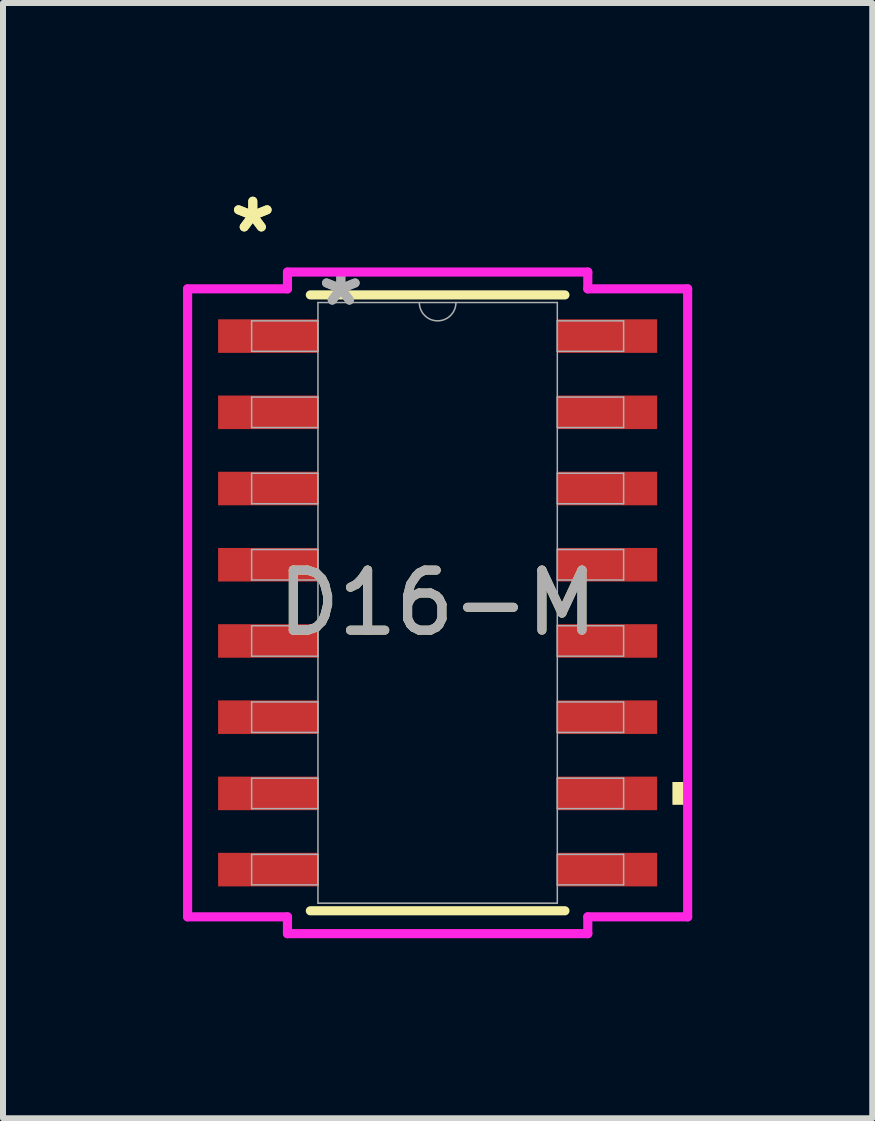
<source format=kicad_pcb>
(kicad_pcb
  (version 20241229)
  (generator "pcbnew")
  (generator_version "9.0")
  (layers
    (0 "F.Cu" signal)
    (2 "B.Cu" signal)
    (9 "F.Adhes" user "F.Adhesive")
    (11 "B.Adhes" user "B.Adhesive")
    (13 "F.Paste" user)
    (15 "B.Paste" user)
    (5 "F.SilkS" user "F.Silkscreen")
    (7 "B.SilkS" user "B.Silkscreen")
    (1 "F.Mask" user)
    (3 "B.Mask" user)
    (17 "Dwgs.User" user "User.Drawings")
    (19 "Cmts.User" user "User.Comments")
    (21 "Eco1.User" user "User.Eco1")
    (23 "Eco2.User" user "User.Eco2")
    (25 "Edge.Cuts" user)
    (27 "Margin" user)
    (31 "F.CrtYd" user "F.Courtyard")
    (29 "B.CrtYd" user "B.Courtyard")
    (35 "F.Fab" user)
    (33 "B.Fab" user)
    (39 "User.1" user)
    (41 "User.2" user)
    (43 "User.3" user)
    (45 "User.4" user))
  (footprint "D16-M"
    (layer "F.Cu")
    (at 4.242 6.995)
    (property "Reference" "D16-M" (at 0 0 0) (unlocked yes) (layer "F.SilkS") (effects (font (size 1 1) (thickness 0.15))))
    (attr smd)
    (fp_line (start -2.121 5.131) (end 2.121 5.131) (stroke (width 0.152) (type solid)) (layer "F.SilkS"))
    (fp_line (start 2.121 -5.131) (end -2.121 -5.131) (stroke (width 0.152) (type solid)) (layer "F.SilkS"))
    (fp_poly (pts (xy 4.166 2.985) (xy 4.166 3.365) (xy 3.912 3.365) (xy 3.912 2.985)) (stroke (width 0) (type solid)) (fill yes) (layer "F.SilkS"))
    (fp_line (start -4.166 -5.232) (end -2.502 -5.232) (stroke (width 0.152) (type solid)) (layer "F.CrtYd"))
    (fp_line (start -4.166 5.232) (end -4.166 -5.232) (stroke (width 0.152) (type solid)) (layer "F.CrtYd"))
    (fp_line (start -4.166 5.232) (end -2.502 5.232) (stroke (width 0.152) (type solid)) (layer "F.CrtYd"))
    (fp_line (start -2.502 -5.512) (end 2.502 -5.512) (stroke (width 0.152) (type solid)) (layer "F.CrtYd"))
    (fp_line (start -2.502 -5.232) (end -2.502 -5.512) (stroke (width 0.152) (type solid)) (layer "F.CrtYd"))
    (fp_line (start -2.502 5.512) (end -2.502 5.232) (stroke (width 0.152) (type solid)) (layer "F.CrtYd"))
    (fp_line (start 2.502 -5.512) (end 2.502 -5.232) (stroke (width 0.152) (type solid)) (layer "F.CrtYd"))
    (fp_line (start 2.502 5.232) (end 2.502 5.512) (stroke (width 0.152) (type solid)) (layer "F.CrtYd"))
    (fp_line (start 2.502 5.512) (end -2.502 5.512) (stroke (width 0.152) (type solid)) (layer "F.CrtYd"))
    (fp_line (start 4.166 -5.232) (end 2.502 -5.232) (stroke (width 0.152) (type solid)) (layer "F.CrtYd"))
    (fp_line (start 4.166 -5.232) (end 4.166 5.232) (stroke (width 0.152) (type solid)) (layer "F.CrtYd"))
    (fp_line (start 4.166 5.232) (end 2.502 5.232) (stroke (width 0.152) (type solid)) (layer "F.CrtYd"))
    (fp_line (start -3.099 -4.699) (end -3.099 -4.191) (stroke (width 0.025) (type solid)) (layer "F.Fab"))
    (fp_line (start -3.099 -4.191) (end -1.994 -4.191) (stroke (width 0.025) (type solid)) (layer "F.Fab"))
    (fp_line (start -3.099 -3.429) (end -3.099 -2.921) (stroke (width 0.025) (type solid)) (layer "F.Fab"))
    (fp_line (start -3.099 -2.921) (end -1.994 -2.921) (stroke (width 0.025) (type solid)) (layer "F.Fab"))
    (fp_line (start -3.099 -2.159) (end -3.099 -1.651) (stroke (width 0.025) (type solid)) (layer "F.Fab"))
    (fp_line (start -3.099 -1.651) (end -1.994 -1.651) (stroke (width 0.025) (type solid)) (layer "F.Fab"))
    (fp_line (start -3.099 -0.889) (end -3.099 -0.381) (stroke (width 0.025) (type solid)) (layer "F.Fab"))
    (fp_line (start -3.099 -0.381) (end -1.994 -0.381) (stroke (width 0.025) (type solid)) (layer "F.Fab"))
    (fp_line (start -3.099 0.381) (end -3.099 0.889) (stroke (width 0.025) (type solid)) (layer "F.Fab"))
    (fp_line (start -3.099 0.889) (end -1.994 0.889) (stroke (width 0.025) (type solid)) (layer "F.Fab"))
    (fp_line (start -3.099 1.651) (end -3.099 2.159) (stroke (width 0.025) (type solid)) (layer "F.Fab"))
    (fp_line (start -3.099 2.159) (end -1.994 2.159) (stroke (width 0.025) (type solid)) (layer "F.Fab"))
    (fp_line (start -3.099 2.921) (end -3.099 3.429) (stroke (width 0.025) (type solid)) (layer "F.Fab"))
    (fp_line (start -3.099 3.429) (end -1.994 3.429) (stroke (width 0.025) (type solid)) (layer "F.Fab"))
    (fp_line (start -3.099 4.191) (end -3.099 4.699) (stroke (width 0.025) (type solid)) (layer "F.Fab"))
    (fp_line (start -3.099 4.699) (end -1.994 4.699) (stroke (width 0.025) (type solid)) (layer "F.Fab"))
    (fp_line (start -1.994 -5.004) (end -1.994 5.004) (stroke (width 0.025) (type solid)) (layer "F.Fab"))
    (fp_line (start -1.994 -4.699) (end -3.099 -4.699) (stroke (width 0.025) (type solid)) (layer "F.Fab"))
    (fp_line (start -1.994 -4.191) (end -1.994 -4.699) (stroke (width 0.025) (type solid)) (layer "F.Fab"))
    (fp_line (start -1.994 -3.429) (end -3.099 -3.429) (stroke (width 0.025) (type solid)) (layer "F.Fab"))
    (fp_line (start -1.994 -2.921) (end -1.994 -3.429) (stroke (width 0.025) (type solid)) (layer "F.Fab"))
    (fp_line (start -1.994 -2.159) (end -3.099 -2.159) (stroke (width 0.025) (type solid)) (layer "F.Fab"))
    (fp_line (start -1.994 -1.651) (end -1.994 -2.159) (stroke (width 0.025) (type solid)) (layer "F.Fab"))
    (fp_line (start -1.994 -0.889) (end -3.099 -0.889) (stroke (width 0.025) (type solid)) (layer "F.Fab"))
    (fp_line (start -1.994 -0.381) (end -1.994 -0.889) (stroke (width 0.025) (type solid)) (layer "F.Fab"))
    (fp_line (start -1.994 0.381) (end -3.099 0.381) (stroke (width 0.025) (type solid)) (layer "F.Fab"))
    (fp_line (start -1.994 0.889) (end -1.994 0.381) (stroke (width 0.025) (type solid)) (layer "F.Fab"))
    (fp_line (start -1.994 1.651) (end -3.099 1.651) (stroke (width 0.025) (type solid)) (layer "F.Fab"))
    (fp_line (start -1.994 2.159) (end -1.994 1.651) (stroke (width 0.025) (type solid)) (layer "F.Fab"))
    (fp_line (start -1.994 2.921) (end -3.099 2.921) (stroke (width 0.025) (type solid)) (layer "F.Fab"))
    (fp_line (start -1.994 3.429) (end -1.994 2.921) (stroke (width 0.025) (type solid)) (layer "F.Fab"))
    (fp_line (start -1.994 4.191) (end -3.099 4.191) (stroke (width 0.025) (type solid)) (layer "F.Fab"))
    (fp_line (start -1.994 4.699) (end -1.994 4.191) (stroke (width 0.025) (type solid)) (layer "F.Fab"))
    (fp_line (start -1.994 5.004) (end 1.994 5.004) (stroke (width 0.025) (type solid)) (layer "F.Fab"))
    (fp_line (start 1.994 -5.004) (end -1.994 -5.004) (stroke (width 0.025) (type solid)) (layer "F.Fab"))
    (fp_line (start 1.994 -4.699) (end 1.994 -4.191) (stroke (width 0.025) (type solid)) (layer "F.Fab"))
    (fp_line (start 1.994 -4.191) (end 3.099 -4.191) (stroke (width 0.025) (type solid)) (layer "F.Fab"))
    (fp_line (start 1.994 -3.429) (end 1.994 -2.921) (stroke (width 0.025) (type solid)) (layer "F.Fab"))
    (fp_line (start 1.994 -2.921) (end 3.099 -2.921) (stroke (width 0.025) (type solid)) (layer "F.Fab"))
    (fp_line (start 1.994 -2.159) (end 1.994 -1.651) (stroke (width 0.025) (type solid)) (layer "F.Fab"))
    (fp_line (start 1.994 -1.651) (end 3.099 -1.651) (stroke (width 0.025) (type solid)) (layer "F.Fab"))
    (fp_line (start 1.994 -0.889) (end 1.994 -0.381) (stroke (width 0.025) (type solid)) (layer "F.Fab"))
    (fp_line (start 1.994 -0.381) (end 3.099 -0.381) (stroke (width 0.025) (type solid)) (layer "F.Fab"))
    (fp_line (start 1.994 0.381) (end 1.994 0.889) (stroke (width 0.025) (type solid)) (layer "F.Fab"))
    (fp_line (start 1.994 0.889) (end 3.099 0.889) (stroke (width 0.025) (type solid)) (layer "F.Fab"))
    (fp_line (start 1.994 1.651) (end 1.994 2.159) (stroke (width 0.025) (type solid)) (layer "F.Fab"))
    (fp_line (start 1.994 2.159) (end 3.099 2.159) (stroke (width 0.025) (type solid)) (layer "F.Fab"))
    (fp_line (start 1.994 2.921) (end 1.994 3.429) (stroke (width 0.025) (type solid)) (layer "F.Fab"))
    (fp_line (start 1.994 3.429) (end 3.099 3.429) (stroke (width 0.025) (type solid)) (layer "F.Fab"))
    (fp_line (start 1.994 4.191) (end 1.994 4.699) (stroke (width 0.025) (type solid)) (layer "F.Fab"))
    (fp_line (start 1.994 4.699) (end 3.099 4.699) (stroke (width 0.025) (type solid)) (layer "F.Fab"))
    (fp_line (start 1.994 5.004) (end 1.994 -5.004) (stroke (width 0.025) (type solid)) (layer "F.Fab"))
    (fp_line (start 3.099 -4.699) (end 1.994 -4.699) (stroke (width 0.025) (type solid)) (layer "F.Fab"))
    (fp_line (start 3.099 -4.191) (end 3.099 -4.699) (stroke (width 0.025) (type solid)) (layer "F.Fab"))
    (fp_line (start 3.099 -3.429) (end 1.994 -3.429) (stroke (width 0.025) (type solid)) (layer "F.Fab"))
    (fp_line (start 3.099 -2.921) (end 3.099 -3.429) (stroke (width 0.025) (type solid)) (layer "F.Fab"))
    (fp_line (start 3.099 -2.159) (end 1.994 -2.159) (stroke (width 0.025) (type solid)) (layer "F.Fab"))
    (fp_line (start 3.099 -1.651) (end 3.099 -2.159) (stroke (width 0.025) (type solid)) (layer "F.Fab"))
    (fp_line (start 3.099 -0.889) (end 1.994 -0.889) (stroke (width 0.025) (type solid)) (layer "F.Fab"))
    (fp_line (start 3.099 -0.381) (end 3.099 -0.889) (stroke (width 0.025) (type solid)) (layer "F.Fab"))
    (fp_line (start 3.099 0.381) (end 1.994 0.381) (stroke (width 0.025) (type solid)) (layer "F.Fab"))
    (fp_line (start 3.099 0.889) (end 3.099 0.381) (stroke (width 0.025) (type solid)) (layer "F.Fab"))
    (fp_line (start 3.099 1.651) (end 1.994 1.651) (stroke (width 0.025) (type solid)) (layer "F.Fab"))
    (fp_line (start 3.099 2.159) (end 3.099 1.651) (stroke (width 0.025) (type solid)) (layer "F.Fab"))
    (fp_line (start 3.099 2.921) (end 1.994 2.921) (stroke (width 0.025) (type solid)) (layer "F.Fab"))
    (fp_line (start 3.099 3.429) (end 3.099 2.921) (stroke (width 0.025) (type solid)) (layer "F.Fab"))
    (fp_line (start 3.099 4.191) (end 1.994 4.191) (stroke (width 0.025) (type solid)) (layer "F.Fab"))
    (fp_line (start 3.099 4.699) (end 3.099 4.191) (stroke (width 0.025) (type solid)) (layer "F.Fab"))
    (fp_arc (start 0.3048 -5.0038) (mid 0 -4.699) (end -0.3048 -5.0038) (stroke (width 0.0254) (type solid)) (layer "F.Fab"))
    (fp_text user "*" (at -3.08 -6.147 0) (layer "F.SilkS") (effects (font (size 1 1) (thickness 0.15))))
    (fp_text user "*" (at -3.08 -6.147 0) (unlocked yes) (layer "F.SilkS") (effects (font (size 1 1) (thickness 0.15))))
    (fp_text user "${REFERENCE}" (at 0 0 0) (unlocked yes) (layer "F.Fab") (effects (font (size 1 1) (thickness 0.15))))
    (fp_text user "*" (at -1.613 -4.928 0) (unlocked yes) (layer "F.Fab") (effects (font (size 1 1) (thickness 0.15))))
    (fp_text user "*" (at -1.613 -4.928 0) (layer "F.Fab") (effects (font (size 1 1) (thickness 0.15))))
    (pad "1" smd rect (at -2.826 -4.445) (size 1.664 0.559) (layers "F.Cu" "F.Mask" "F.Paste"))
    (pad "2" smd rect (at -2.826 -3.175) (size 1.664 0.559) (layers "F.Cu" "F.Mask" "F.Paste"))
    (pad "3" smd rect (at -2.826 -1.905) (size 1.664 0.559) (layers "F.Cu" "F.Mask" "F.Paste"))
    (pad "4" smd rect (at -2.826 -0.635) (size 1.664 0.559) (layers "F.Cu" "F.Mask" "F.Paste"))
    (pad "5" smd rect (at -2.826 0.635) (size 1.664 0.559) (layers "F.Cu" "F.Mask" "F.Paste"))
    (pad "6" smd rect (at -2.826 1.905) (size 1.664 0.559) (layers "F.Cu" "F.Mask" "F.Paste"))
    (pad "7" smd rect (at -2.826 3.175) (size 1.664 0.559) (layers "F.Cu" "F.Mask" "F.Paste"))
    (pad "8" smd rect (at -2.826 4.445) (size 1.664 0.559) (layers "F.Cu" "F.Mask" "F.Paste"))
    (pad "9" smd rect (at 2.826 4.445) (size 1.664 0.559) (layers "F.Cu" "F.Mask" "F.Paste"))
    (pad "10" smd rect (at 2.826 3.175) (size 1.664 0.559) (layers "F.Cu" "F.Mask" "F.Paste"))
    (pad "11" smd rect (at 2.826 1.905) (size 1.664 0.559) (layers "F.Cu" "F.Mask" "F.Paste"))
    (pad "12" smd rect (at 2.826 0.635) (size 1.664 0.559) (layers "F.Cu" "F.Mask" "F.Paste"))
    (pad "13" smd rect (at 2.826 -0.635) (size 1.664 0.559) (layers "F.Cu" "F.Mask" "F.Paste"))
    (pad "14" smd rect (at 2.826 -1.905) (size 1.664 0.559) (layers "F.Cu" "F.Mask" "F.Paste"))
    (pad "15" smd rect (at 2.826 -3.175) (size 1.664 0.559) (layers "F.Cu" "F.Mask" "F.Paste"))
    (pad "16" smd rect (at 2.826 -4.445) (size 1.664 0.559) (layers "F.Cu" "F.Mask" "F.Paste")))
  (gr_rect
    (start -3 -3)
    (end 11.484 15.583)
    (stroke (width 0.1) (type default))
    (fill no)
    (layer "Edge.Cuts")))
</source>
